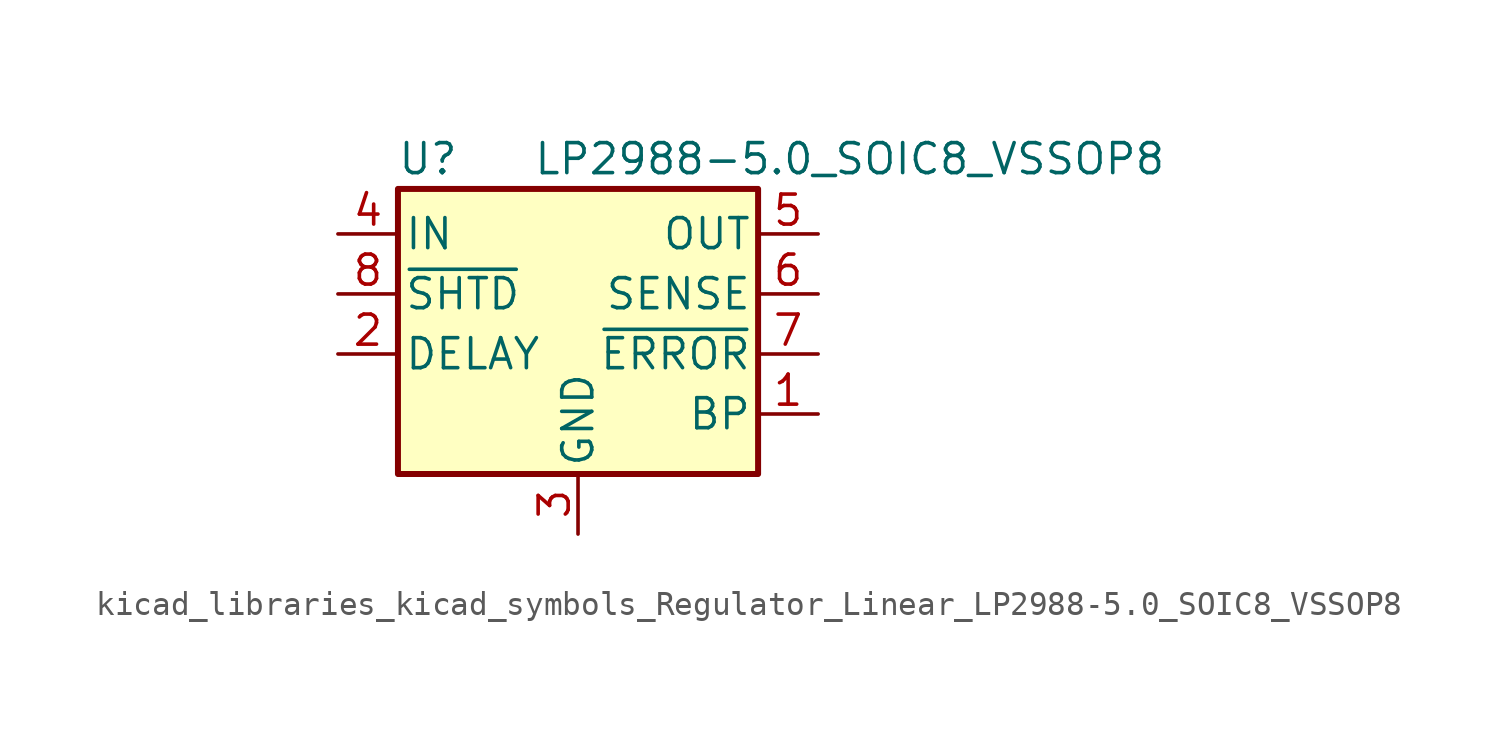
<source format=kicad_sym>
(kicad_symbol_lib
  (version 20220914)
  (generator kicad_symbol_editor)
  (symbol "kicad_libraries_kicad_symbols_Regulator_Linear_LP2988-5.0_SOIC8_VSSOP8"
    (pin_names
      (offset 0.254))
    (property "Reference" "U"
      (at -6.35 5.715 0)
      (effects (font (size 1.27 1.27))))
    (property "Value" "LP2988-5.0_SOIC8_VSSOP8"
      (at -1.905 5.715 0)
      (effects (font (size 1.27 1.27)) (justify left)))
    (symbol "kicad_libraries_kicad_symbols_Regulator_Linear_LP2988-5.0_SOIC8_VSSOP8_0_1"
      (rectangle (start -7.62 4.445) (end 7.62 -7.62) (stroke (width 0.254) (type default)) (fill (type background))))
    (symbol "kicad_libraries_kicad_symbols_Regulator_Linear_LP2988-5.0_SOIC8_VSSOP8_1_1"
      (pin passive line (at 10.16 -5.08 180) (length 2.54) (name "BP" (effects (font (size 1.27 1.27)))) (number "1" (effects (font (size 1.27 1.27)))))
      (pin passive line (at -10.16 -2.54 0) (length 2.54) (name "DELAY" (effects (font (size 1.27 1.27)))) (number "2" (effects (font (size 1.27 1.27)))))
      (pin power_in line (at 0 -10.16 90) (length 2.54) (name "GND" (effects (font (size 1.27 1.27)))) (number "3" (effects (font (size 1.27 1.27)))))
      (pin power_in line (at -10.16 2.54 0) (length 2.54) (name "IN" (effects (font (size 1.27 1.27)))) (number "4" (effects (font (size 1.27 1.27)))))
      (pin power_out line (at 10.16 2.54 180) (length 2.54) (name "OUT" (effects (font (size 1.27 1.27)))) (number "5" (effects (font (size 1.27 1.27)))))
      (pin input line (at 10.16 0 180) (length 2.54) (name "SENSE" (effects (font (size 1.27 1.27)))) (number "6" (effects (font (size 1.27 1.27)))))
      (pin output line (at 10.16 -2.54 180) (length 2.54) (name "~{ERROR}" (effects (font (size 1.27 1.27)))) (number "7" (effects (font (size 1.27 1.27)))))
      (pin input line (at -10.16 0 0) (length 2.54) (name "~{SHTD}" (effects (font (size 1.27 1.27)))) (number "8" (effects (font (size 1.27 1.27))))))))
</source>
